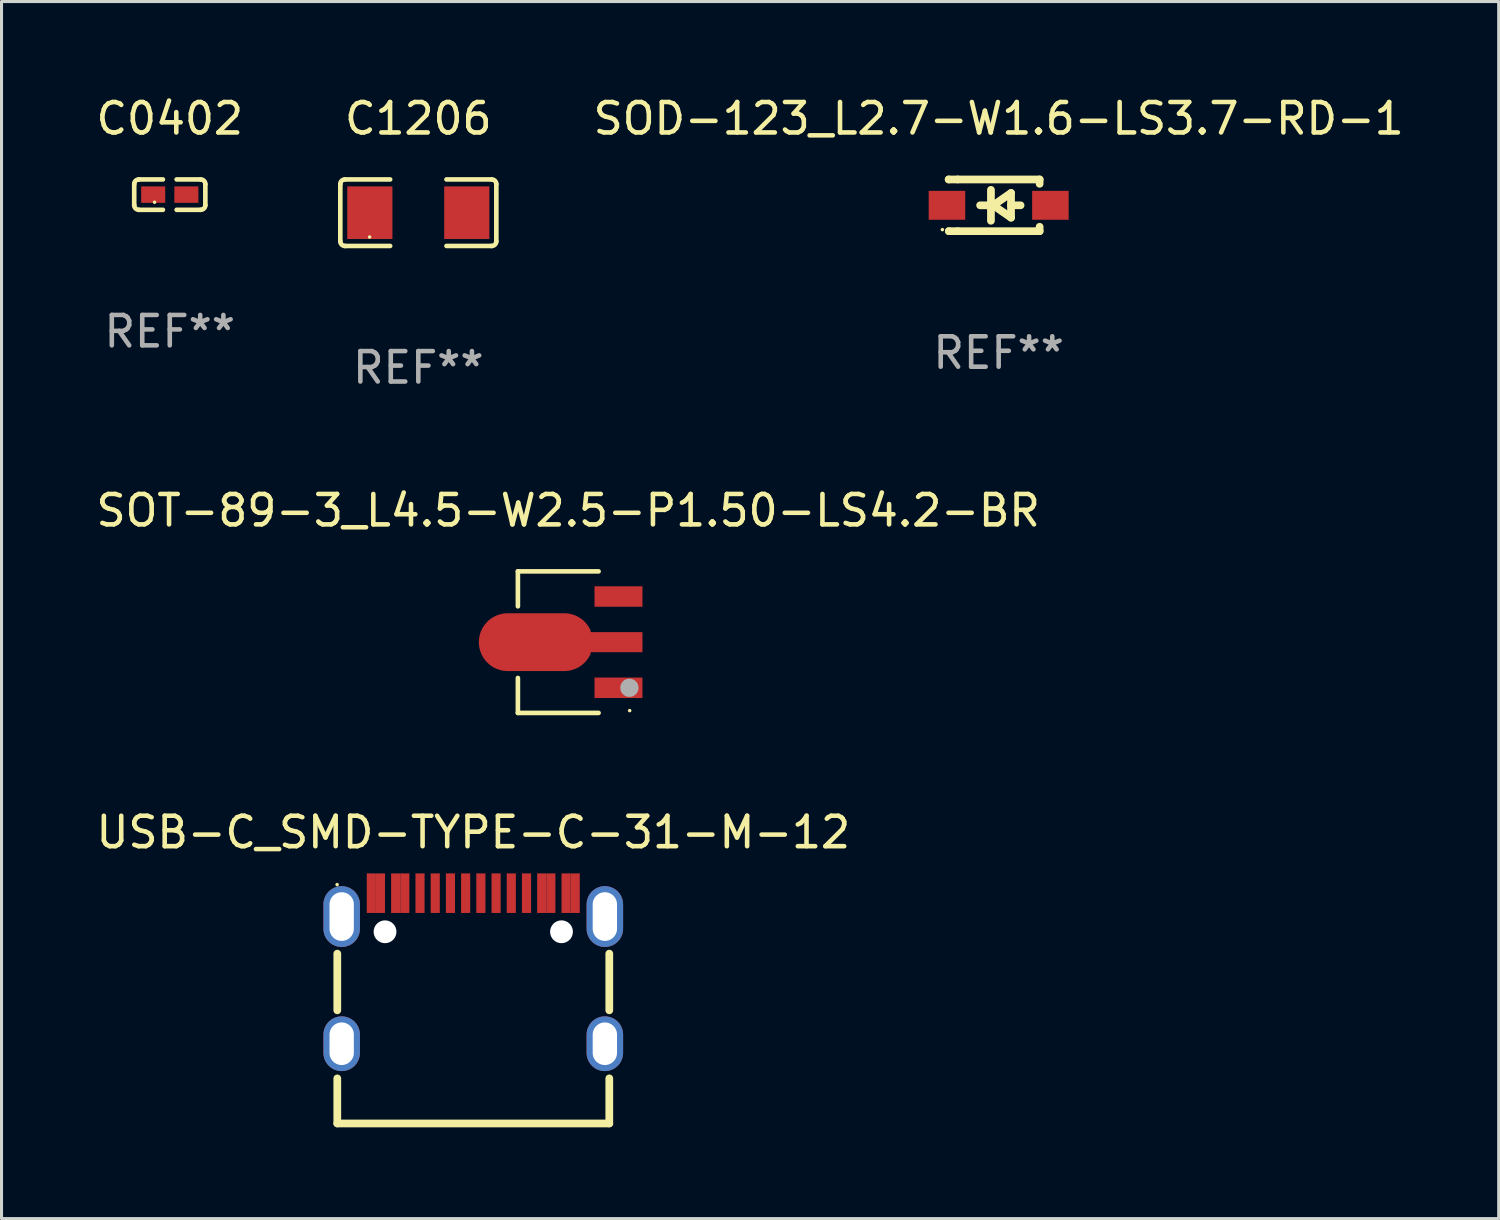
<source format=kicad_pcb>
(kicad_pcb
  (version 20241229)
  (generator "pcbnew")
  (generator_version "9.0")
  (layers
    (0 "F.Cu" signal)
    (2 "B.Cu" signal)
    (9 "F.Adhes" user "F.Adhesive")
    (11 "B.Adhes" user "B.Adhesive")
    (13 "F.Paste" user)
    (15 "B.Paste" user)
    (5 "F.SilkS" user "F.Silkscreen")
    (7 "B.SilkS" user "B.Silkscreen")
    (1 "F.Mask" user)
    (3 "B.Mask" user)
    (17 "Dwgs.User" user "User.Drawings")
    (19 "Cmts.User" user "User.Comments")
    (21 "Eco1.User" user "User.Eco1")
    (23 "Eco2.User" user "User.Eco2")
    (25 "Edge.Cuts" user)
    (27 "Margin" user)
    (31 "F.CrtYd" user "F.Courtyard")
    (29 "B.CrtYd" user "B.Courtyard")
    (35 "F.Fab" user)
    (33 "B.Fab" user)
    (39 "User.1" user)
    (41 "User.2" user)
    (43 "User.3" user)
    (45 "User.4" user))
  (footprint "C1206"
    (layer "F.Cu")
    (at 10.699 3.941)
    (property "Reference" "C1206" (at 0 -3.093 0) (layer "F.SilkS") (effects (font (size 1 1) (thickness 0.15))))
    (attr smd)
    (fp_line (start -2.564 0.94) (end -2.564 -0.94) (stroke (width 0.152) (type solid)) (layer "F.SilkS"))
    (fp_line (start -2.411 -1.093) (end -0.926 -1.093) (stroke (width 0.152) (type solid)) (layer "F.SilkS"))
    (fp_line (start -0.926 1.093) (end -2.411 1.093) (stroke (width 0.152) (type solid)) (layer "F.SilkS"))
    (fp_line (start 0.926 1.093) (end 2.411 1.093) (stroke (width 0.152) (type solid)) (layer "F.SilkS"))
    (fp_line (start 2.411 -1.093) (end 0.926 -1.093) (stroke (width 0.152) (type solid)) (layer "F.SilkS"))
    (fp_line (start 2.564 0.94) (end 2.564 -0.94) (stroke (width 0.152) (type solid)) (layer "F.SilkS"))
    (fp_arc (start -2.563602 -0.940208) (mid -2.518965 -1.047972) (end -2.411201 -1.092609) (stroke (width 0.1524) (type solid)) (layer "F.SilkS"))
    (fp_arc (start -2.411201 1.092609) (mid -2.518965 1.047972) (end -2.563602 0.940208) (stroke (width 0.1524) (type solid)) (layer "F.SilkS"))
    (fp_arc (start 2.411201 -1.092609) (mid 2.518965 -1.047972) (end 2.563602 -0.940208) (stroke (width 0.1524) (type solid)) (layer "F.SilkS"))
    (fp_arc (start 2.563602 0.940208) (mid 2.518965 1.047972) (end 2.411201 1.092609) (stroke (width 0.1524) (type solid)) (layer "F.SilkS"))
    (fp_circle (center -1.6 0.8) (end -1.57 0.8) (stroke (width 0.06) (type solid)) (fill no) (layer "F.SilkS"))
    (fp_text user "REF**" (at 0 5.093 0) (layer "F.Fab") (effects (font (size 1 1) (thickness 0.15))))
    (pad "1" smd rect (at -1.593 0) (size 1.485 1.728) (layers "F.Cu" "F.Mask" "F.Paste"))
    (pad "2" smd rect (at 1.593 0) (size 1.485 1.728) (layers "F.Cu" "F.Mask" "F.Paste")))
  (footprint "USB-C_SMD-TYPE-C-31-M-12"
    (layer "F.Cu")
    (at 12.505 28.781)
    (property "Reference" "USB-C_SMD-TYPE-C-31-M-12" (at 0.001 -4.474 0) (layer "F.SilkS") (effects (font (size 1 1) (thickness 0.15))))
    (attr through_hole)
    (fp_line (start -4.469 1.376) (end -4.469 -0.487) (stroke (width 0.254) (type solid)) (layer "F.SilkS"))
    (fp_line (start -4.469 5.094) (end -4.469 3.613) (stroke (width 0.254) (type solid)) (layer "F.SilkS"))
    (fp_line (start 4.471 1.376) (end 4.471 -0.488) (stroke (width 0.254) (type solid)) (layer "F.SilkS"))
    (fp_line (start 4.471 5.094) (end -4.469 5.094) (stroke (width 0.254) (type solid)) (layer "F.SilkS"))
    (fp_line (start 4.471 5.094) (end 4.471 3.612) (stroke (width 0.254) (type solid)) (layer "F.SilkS"))
    (fp_circle (center -4.475 -2.756) (end -4.445 -2.756) (stroke (width 0.06) (type solid)) (fill no) (layer "F.SilkS"))
    (fp_circle (center -2.9 -1.206) (end -2.775 -1.206) (stroke (width 0.25) (type solid)) (fill no) (layer "F.Fab"))
    (fp_circle (center 2.9 -1.206) (end 3.025 -1.206) (stroke (width 0.25) (type solid)) (fill no) (layer "F.Fab"))
    (pad "" np_thru_hole circle (at -2.9 -1.206) (size 0.75 0.75) (drill 0.75) (layers "*.Cu" "*.Mask"))
    (pad "" np_thru_hole circle (at 2.9 -1.206) (size 0.75 0.75) (drill 0.75) (layers "*.Cu" "*.Mask"))
    (pad "0" thru_hole oval (at -4.325 -1.706) (size 1.2 2) (drill oval 0.8 1.6) (layers "*.Cu" "*.Mask"))
    (pad "1" thru_hole oval (at 4.325 -1.706) (size 1.2 2) (drill oval 0.8 1.6) (layers "*.Cu" "*.Mask"))
    (pad "2" thru_hole oval (at 4.325 2.474) (size 1.2 1.8) (drill oval 0.8 1.4) (layers "*.Cu" "*.Mask"))
    (pad "3" thru_hole oval (at -4.325 2.474) (size 1.2 1.8) (drill oval 0.8 1.4) (layers "*.Cu" "*.Mask"))
    (pad "A1" smd rect (at -3.35 -2.474) (size 0.3 1.3) (layers "F.Cu" "F.Mask" "F.Paste"))
    (pad "A4" smd rect (at -2.55 -2.474) (size 0.3 1.3) (layers "F.Cu" "F.Mask" "F.Paste"))
    (pad "A5" smd rect (at -1.25 -2.474) (size 0.3 1.3) (layers "F.Cu" "F.Mask" "F.Paste"))
    (pad "A6" smd rect (at -0.25 -2.474) (size 0.3 1.3) (layers "F.Cu" "F.Mask" "F.Paste"))
    (pad "A7" smd rect (at 0.25 -2.474) (size 0.3 1.3) (layers "F.Cu" "F.Mask" "F.Paste"))
    (pad "A8" smd rect (at 1.25 -2.474) (size 0.3 1.3) (layers "F.Cu" "F.Mask" "F.Paste"))
    (pad "A9" smd rect (at 2.55 -2.474) (size 0.3 1.3) (layers "F.Cu" "F.Mask" "F.Paste"))
    (pad "A12" smd rect (at 3.35 -2.474) (size 0.3 1.3) (layers "F.Cu" "F.Mask" "F.Paste"))
    (pad "B1" smd rect (at 3.05 -2.474) (size 0.3 1.3) (layers "F.Cu" "F.Mask" "F.Paste"))
    (pad "B4" smd rect (at 2.25 -2.474) (size 0.3 1.3) (layers "F.Cu" "F.Mask" "F.Paste"))
    (pad "B5" smd rect (at 1.75 -2.474) (size 0.3 1.3) (layers "F.Cu" "F.Mask" "F.Paste"))
    (pad "B6" smd rect (at 0.75 -2.474) (size 0.3 1.3) (layers "F.Cu" "F.Mask" "F.Paste"))
    (pad "B7" smd rect (at -0.75 -2.474) (size 0.3 1.3) (layers "F.Cu" "F.Mask" "F.Paste"))
    (pad "B8" smd rect (at -1.75 -2.474) (size 0.3 1.3) (layers "F.Cu" "F.Mask" "F.Paste"))
    (pad "B9" smd rect (at -2.25 -2.474) (size 0.3 1.3) (layers "F.Cu" "F.Mask" "F.Paste"))
    (pad "B12" smd rect (at -3.05 -2.474) (size 0.3 1.3) (layers "F.Cu" "F.Mask" "F.Paste")))
  (footprint "SOD-123_L2.7-W1.6-LS3.7-RD-1"
    (layer "F.Cu")
    (at 29.774 3.698)
    (property "Reference" "SOD-123_L2.7-W1.6-LS3.7-RD-1" (at 0 -2.85 0) (layer "F.SilkS") (effects (font (size 1 1) (thickness 0.15))))
    (attr smd)
    (fp_line (start -1.643 -0.85) (end -1.644 -0.849) (stroke (width 0.254) (type solid)) (layer "F.SilkS"))
    (fp_line (start -1.638 0.85) (end -1.639 0.849) (stroke (width 0.254) (type solid)) (layer "F.SilkS"))
    (fp_line (start -1.346 -0.85) (end -1.643 -0.85) (stroke (width 0.254) (type solid)) (layer "F.SilkS"))
    (fp_line (start -1.346 -0.85) (end 1.346 -0.85) (stroke (width 0.254) (type solid)) (layer "F.SilkS"))
    (fp_line (start -1.346 0.85) (end -1.638 0.85) (stroke (width 0.254) (type solid)) (layer "F.SilkS"))
    (fp_line (start -0.28 0) (end -0.61 0) (stroke (width 0.254) (type solid)) (layer "F.SilkS"))
    (fp_line (start -0.254 -0.508) (end -0.254 0.508) (stroke (width 0.254) (type solid)) (layer "F.SilkS"))
    (fp_line (start -0.178 0) (end 0.406 -0.406) (stroke (width 0.254) (type solid)) (layer "F.SilkS"))
    (fp_line (start 0.406 -0.406) (end 0.406 0.406) (stroke (width 0.254) (type solid)) (layer "F.SilkS"))
    (fp_line (start 0.406 -0.000254) (end 0.72 -0.000254) (stroke (width 0.254) (type solid)) (layer "F.SilkS"))
    (fp_line (start 0.406 0.406) (end -0.178 0) (stroke (width 0.254) (type solid)) (layer "F.SilkS"))
    (fp_line (start 1.346 -0.85) (end 1.346 -0.706) (stroke (width 0.254) (type solid)) (layer "F.SilkS"))
    (fp_line (start 1.346 0.706) (end 1.346 0.85) (stroke (width 0.254) (type solid)) (layer "F.SilkS"))
    (fp_line (start 1.346 0.85) (end -1.346 0.85) (stroke (width 0.254) (type solid)) (layer "F.SilkS"))
    (fp_circle (center -1.85 0.8) (end -1.82 0.8) (stroke (width 0.06) (type solid)) (fill no) (layer "F.SilkS"))
    (fp_text user "REF**" (at 0 4.85 0) (layer "F.Fab") (effects (font (size 1 1) (thickness 0.15))))
    (pad "1" smd rect (at -1.7 0) (size 1.2 0.95) (layers "F.Cu" "F.Mask" "F.Paste"))
    (pad "2" smd rect (at 1.7 0) (size 1.2 0.95) (layers "F.Cu" "F.Mask" "F.Paste")))
  (footprint "C0402"
    (layer "F.Cu")
    (at 2.53 3.347)
    (property "Reference" "C0402" (at 0 -2.499 0) (layer "F.SilkS") (effects (font (size 1 1) (thickness 0.15))))
    (attr smd)
    (fp_line (start -1.169 0.346) (end -1.169 -0.346) (stroke (width 0.152) (type solid)) (layer "F.SilkS"))
    (fp_line (start -1.016 -0.499) (end -0.226 -0.499) (stroke (width 0.152) (type solid)) (layer "F.SilkS"))
    (fp_line (start -0.226 0.499) (end -1.016 0.499) (stroke (width 0.152) (type solid)) (layer "F.SilkS"))
    (fp_line (start 0.226 0.499) (end 1.016 0.499) (stroke (width 0.152) (type solid)) (layer "F.SilkS"))
    (fp_line (start 1.016 -0.499) (end 0.226 -0.499) (stroke (width 0.152) (type solid)) (layer "F.SilkS"))
    (fp_line (start 1.169 0.346) (end 1.169 -0.346) (stroke (width 0.152) (type solid)) (layer "F.SilkS"))
    (fp_arc (start -1.168707 -0.346203) (mid -1.12407 -0.453966) (end -1.016307 -0.498603) (stroke (width 0.1524) (type solid)) (layer "F.SilkS"))
    (fp_arc (start -1.016307 0.498603) (mid -1.12407 0.453966) (end -1.168707 0.346203) (stroke (width 0.1524) (type solid)) (layer "F.SilkS"))
    (fp_arc (start 1.016307 -0.498603) (mid 1.12407 -0.453966) (end 1.168707 -0.346203) (stroke (width 0.1524) (type solid)) (layer "F.SilkS"))
    (fp_arc (start 1.168707 0.346203) (mid 1.12407 0.453966) (end 1.016307 0.498603) (stroke (width 0.1524) (type solid)) (layer "F.SilkS"))
    (fp_circle (center -0.5 0.25) (end -0.47 0.25) (stroke (width 0.06) (type solid)) (fill no) (layer "F.SilkS"))
    (fp_text user "REF**" (at 0 4.499 0) (layer "F.Fab") (effects (font (size 1 1) (thickness 0.15))))
    (pad "1" smd rect (at -0.545 0) (size 0.79 0.54) (layers "F.Cu" "F.Mask" "F.Paste"))
    (pad "2" smd rect (at 0.545 0) (size 0.79 0.54) (layers "F.Cu" "F.Mask" "F.Paste")))
  (footprint "SOT-89-3_L4.5-W2.5-P1.50-LS4.2-BR"
    (layer "F.Cu")
    (at 15.922 18.056)
    (property "Reference" "SOT-89-3_L4.5-W2.5-P1.50-LS4.2-BR" (at -0.297 -4.326 0) (layer "F.SilkS") (effects (font (size 1 1) (thickness 0.15))))
    (attr smd)
    (fp_line (start -1.95 -2.326) (end -1.95 -1.177) (stroke (width 0.152) (type solid)) (layer "F.SilkS"))
    (fp_line (start -1.95 2.326) (end -1.95 1.177) (stroke (width 0.152) (type solid)) (layer "F.SilkS"))
    (fp_line (start 0.702 -2.326) (end -1.95 -2.326) (stroke (width 0.152) (type solid)) (layer "F.SilkS"))
    (fp_line (start 0.702 2.326) (end -1.95 2.326) (stroke (width 0.152) (type solid)) (layer "F.SilkS"))
    (fp_circle (center 1.724 2.25) (end 1.754 2.25) (stroke (width 0.06) (type solid)) (fill no) (layer "F.SilkS"))
    (fp_circle (center 1.715 1.5) (end 1.865 1.5) (stroke (width 0.3) (type solid)) (fill no) (layer "F.Fab"))
    (pad "1" smd rect (at 1.356 1.5) (size 1.575 0.672) (layers "F.Cu" "F.Mask" "F.Paste"))
    (pad "2" smd custom (at -1.356 0.000127) (size 0.1 0.1) (layers "F.Cu" "F.Mask" "F.Paste") (options (anchor circle)) (primitives (gr_poly (pts (xy -0.927 -0.95) (xy 0.927 -0.95) (xy 0.972 -0.949) (xy 1.016 -0.946) (xy 1.06 -0.941) (xy 1.104 -0.933) (xy 1.148 -0.924) (xy 1.191 -0.913) (xy 1.233 -0.899) (xy 1.275 -0.884) (xy 1.316 -0.867) (xy 1.357 -0.847) (xy 1.396 -0.826) (xy 1.434 -0.803) (xy 1.471 -0.779) (xy 1.507 -0.753) (xy 1.542 -0.725) (xy 1.575 -0.695) (xy 1.607 -0.664) (xy 1.637 -0.631) (xy 1.666 -0.597) (xy 1.693 -0.562) (xy 1.719 -0.525) (xy 1.742 -0.488) (xy 1.764 -0.449) (xy 1.785 -0.409) (xy 1.803 -0.33) (xy 3.5 -0.33) (xy 3.5 0.33) (xy 1.803 0.33) (xy 1.785 0.409) (xy 1.764 0.449) (xy 1.742 0.488) (xy 1.719 0.526) (xy 1.693 0.562) (xy 1.666 0.597) (xy 1.637 0.631) (xy 1.607 0.664) (xy 1.575 0.695) (xy 1.542 0.725) (xy 1.507 0.753) (xy 1.471 0.779) (xy 1.434 0.804) (xy 1.396 0.826) (xy 1.357 0.848) (xy 1.316 0.867) (xy 1.275 0.884) (xy 1.233 0.899) (xy 1.191 0.913) (xy 1.148 0.924) (xy 1.104 0.933) (xy 1.06 0.941) (xy 1.016 0.946) (xy 0.972 0.949) (xy 0.927 0.95) (xy -0.927 0.95) (xy -0.972 0.949) (xy -1.016 0.946) (xy -1.06 0.941) (xy -1.104 0.933) (xy -1.148 0.924) (xy -1.191 0.913) (xy -1.233 0.899) (xy -1.275 0.884) (xy -1.316 0.867) (xy -1.356 0.848) (xy -1.396 0.826) (xy -1.434 0.804) (xy -1.471 0.779) (xy -1.507 0.753) (xy -1.541 0.725) (xy -1.575 0.695) (xy -1.607 0.664) (xy -1.637 0.631) (xy -1.666 0.597) (xy -1.693 0.562) (xy -1.718 0.526) (xy -1.742 0.488) (xy -1.764 0.449) (xy -1.784 0.409) (xy -1.803 0.369) (xy -1.819 0.327) (xy -1.833 0.285) (xy -1.846 0.242) (xy -1.856 0.199) (xy -1.864 0.155) (xy -1.87 0.111) (xy -1.875 0.067) (xy -1.877 0.022) (xy -1.877 -0.022) (xy -1.875 -0.067) (xy -1.87 -0.111) (xy -1.864 -0.155) (xy -1.856 -0.199) (xy -1.846 -0.242) (xy -1.833 -0.285) (xy -1.819 -0.327) (xy -1.803 -0.369) (xy -1.784 -0.409) (xy -1.764 -0.449) (xy -1.742 -0.488) (xy -1.718 -0.525) (xy -1.693 -0.562) (xy -1.666 -0.597) (xy -1.637 -0.631) (xy -1.607 -0.664) (xy -1.575 -0.695) (xy -1.541 -0.725) (xy -1.507 -0.753) (xy -1.471 -0.779) (xy -1.434 -0.803) (xy -1.396 -0.826) (xy -1.356 -0.847) (xy -1.316 -0.867) (xy -1.275 -0.884) (xy -1.233 -0.899) (xy -1.191 -0.913) (xy -1.148 -0.924) (xy -1.104 -0.933) (xy -1.06 -0.941) (xy -1.016 -0.946) (xy -0.972 -0.949) (xy -0.927 -0.95)) (width 0) (fill yes))))
    (pad "3" smd rect (at 1.356 -1.5) (size 1.575 0.672) (layers "F.Cu" "F.Mask" "F.Paste")))
  (gr_rect
    (start -3 -3)
    (end 46.208 37.002)
    (stroke (width 0.1) (type default))
    (fill no)
    (layer "Edge.Cuts")))
</source>
